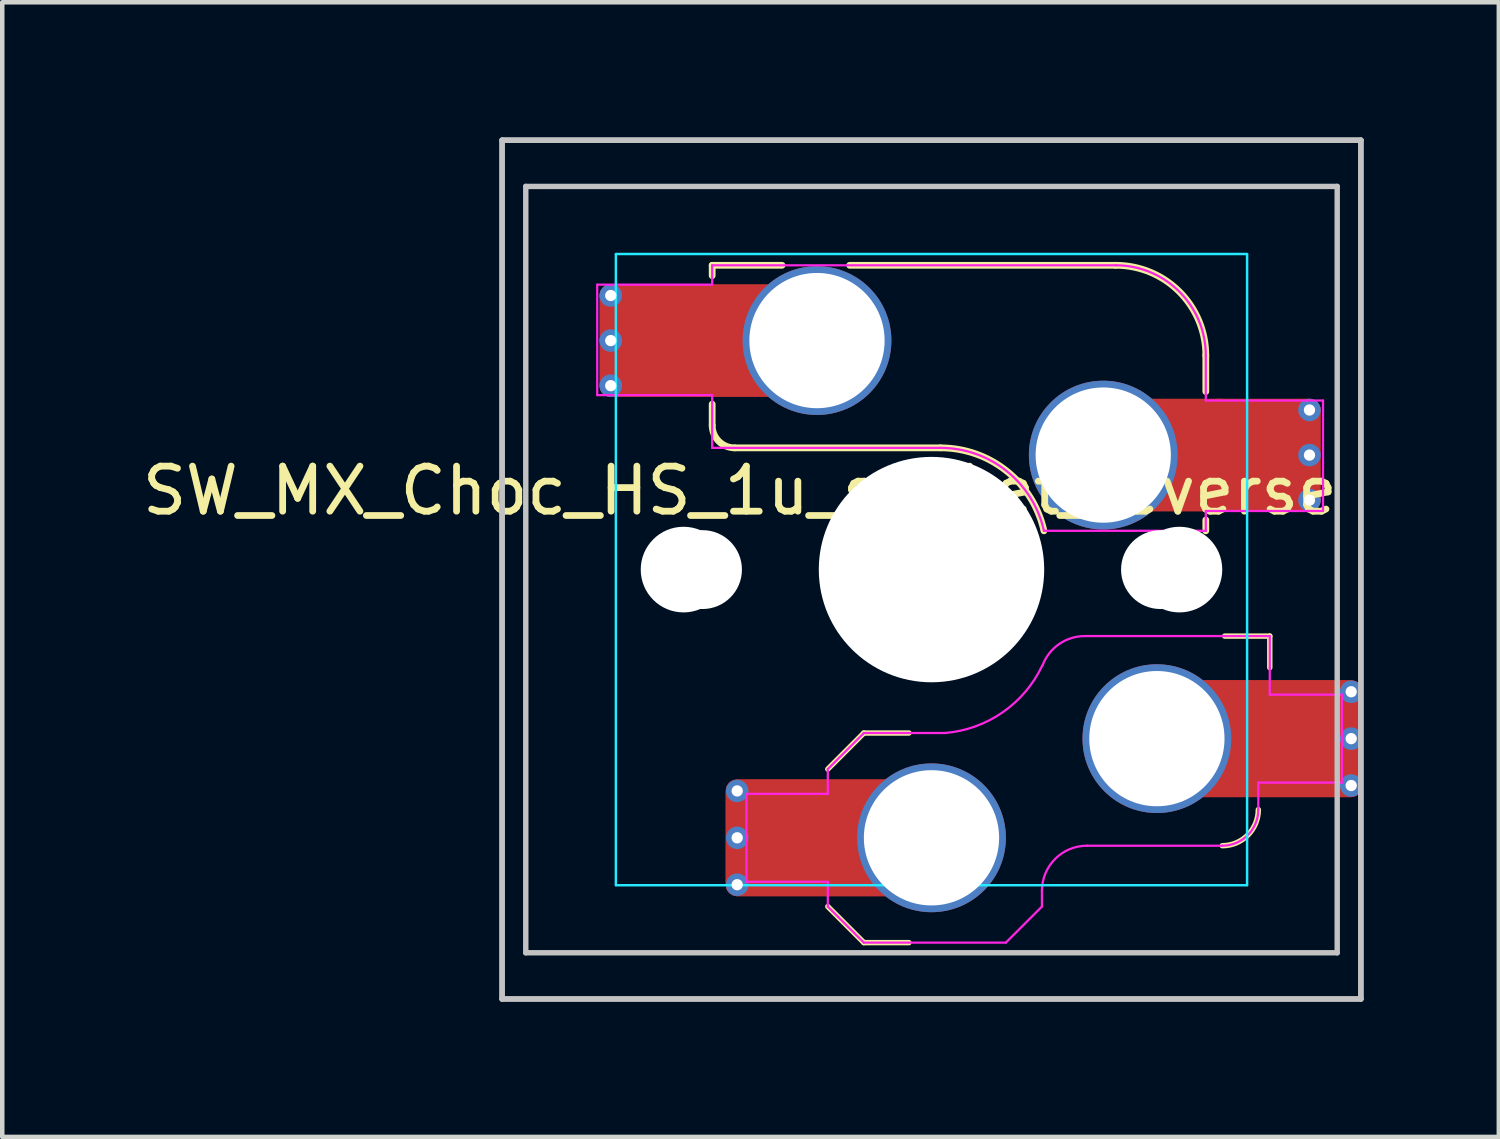
<source format=kicad_pcb>
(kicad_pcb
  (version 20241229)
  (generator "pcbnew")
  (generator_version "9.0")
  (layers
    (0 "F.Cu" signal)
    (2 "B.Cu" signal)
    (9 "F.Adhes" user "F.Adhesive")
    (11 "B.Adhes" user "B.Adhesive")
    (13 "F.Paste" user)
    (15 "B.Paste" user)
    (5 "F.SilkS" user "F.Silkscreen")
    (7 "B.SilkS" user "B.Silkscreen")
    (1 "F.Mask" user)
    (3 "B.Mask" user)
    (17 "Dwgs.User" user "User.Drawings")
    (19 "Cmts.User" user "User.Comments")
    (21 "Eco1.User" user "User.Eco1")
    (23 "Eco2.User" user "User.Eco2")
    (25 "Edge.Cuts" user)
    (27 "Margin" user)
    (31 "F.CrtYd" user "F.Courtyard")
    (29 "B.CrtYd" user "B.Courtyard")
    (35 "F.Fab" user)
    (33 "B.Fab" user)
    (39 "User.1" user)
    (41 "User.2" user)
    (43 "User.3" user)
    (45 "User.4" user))
  (footprint "SW_MX_Choc_HS_1u_socket_reverse"
    (layer "F.Cu")
    (at 17.613 9.585)
    (property "Reference" "SW_MX_Choc_HS_1u_socket_reverse" (at -4.25 -1.75 0) (layer "F.SilkS") (effects (font (size 1 1) (thickness 0.15))))
    (attr smd)
    (fp_line (start -4.865 -6.75) (end -4.865 -6.52) (stroke (width 0.15) (type solid)) (layer "F.SilkS"))
    (fp_line (start -4.865 -3.67) (end -4.865 -3.2) (stroke (width 0.15) (type solid)) (layer "F.SilkS"))
    (fp_line (start -4.365 -2.7) (end 0.2 -2.7) (stroke (width 0.15) (type solid)) (layer "F.SilkS"))
    (fp_line (start -3.315 -6.75) (end -4.865 -6.75) (stroke (width 0.15) (type solid)) (layer "F.SilkS"))
    (fp_line (start -2.3 7.475) (end -1.5 8.275) (stroke (width 0.12) (type solid)) (layer "F.SilkS"))
    (fp_line (start -1.5 3.625) (end -2.3 4.425) (stroke (width 0.12) (type solid)) (layer "F.SilkS"))
    (fp_line (start -1.5 3.625) (end -0.5 3.625) (stroke (width 0.12) (type solid)) (layer "F.SilkS"))
    (fp_line (start -1.5 8.275) (end -0.5 8.275) (stroke (width 0.12) (type solid)) (layer "F.SilkS"))
    (fp_line (start 4.085 -6.75) (end -1.815 -6.75) (stroke (width 0.15) (type solid)) (layer "F.SilkS"))
    (fp_line (start 6.085 -3.95) (end 6.085 -4.75) (stroke (width 0.15) (type solid)) (layer "F.SilkS"))
    (fp_line (start 6.085 -1.1) (end 6.085 -0.86) (stroke (width 0.15) (type solid)) (layer "F.SilkS"))
    (fp_line (start 7.504 1.475) (end 6.504 1.475) (stroke (width 0.12) (type solid)) (layer "F.SilkS"))
    (fp_line (start 7.504 1.475) (end 7.504 2.175) (stroke (width 0.12) (type solid)) (layer "F.SilkS"))
    (fp_arc (start -4.364824 -2.70022) (mid -4.718377 -2.846667) (end -4.864824 -3.20022) (stroke (width 0.15) (type solid)) (layer "F.SilkS"))
    (fp_arc (start 0.2 -2.70022) (mid 1.670693 -2.183637) (end 2.494322 -0.86022) (stroke (width 0.15) (type solid)) (layer "F.SilkS"))
    (fp_arc (start 4.085176 -6.75022) (mid 5.49939 -6.164434) (end 6.085176 -4.75022) (stroke (width 0.15) (type solid)) (layer "F.SilkS"))
    (fp_arc (start 7.25 5.325) (mid 7.015685 5.890685) (end 6.45 6.125) (stroke (width 0.12) (type solid)) (layer "F.SilkS"))
    (fp_line (start -9.525 -9.525) (end 9.525 -9.525) (stroke (width 0.12) (type solid)) (layer "Dwgs.User"))
    (fp_line (start -9.525 -9.525) (end 9.525 -9.525) (stroke (width 0.12) (type solid)) (layer "Dwgs.User"))
    (fp_line (start -9.525 9.525) (end -9.525 -9.525) (stroke (width 0.12) (type solid)) (layer "Dwgs.User"))
    (fp_line (start -9.525 9.525) (end -9.525 -9.525) (stroke (width 0.12) (type solid)) (layer "Dwgs.User"))
    (fp_line (start -9 -8.5) (end -9 8.5) (stroke (width 0.12) (type solid)) (layer "Dwgs.User"))
    (fp_line (start -9 8.5) (end 9 8.5) (stroke (width 0.12) (type solid)) (layer "Dwgs.User"))
    (fp_line (start 9 -8.5) (end -9 -8.5) (stroke (width 0.12) (type solid)) (layer "Dwgs.User"))
    (fp_line (start 9 8.5) (end 9 -8.5) (stroke (width 0.12) (type solid)) (layer "Dwgs.User"))
    (fp_line (start 9.525 -9.525) (end 9.525 9.525) (stroke (width 0.12) (type solid)) (layer "Dwgs.User"))
    (fp_line (start 9.525 -9.525) (end 9.525 9.525) (stroke (width 0.12) (type solid)) (layer "Dwgs.User"))
    (fp_line (start 9.525 9.525) (end -9.525 9.525) (stroke (width 0.12) (type solid)) (layer "Dwgs.User"))
    (fp_line (start 9.525 9.525) (end -9.525 9.525) (stroke (width 0.12) (type solid)) (layer "Dwgs.User"))
    (fp_line (start -7 -6.5) (end -7 6.5) (stroke (width 0.05) (type solid)) (layer "Eco2.User"))
    (fp_line (start -6.95 -6.45) (end -6.95 6.45) (stroke (width 0.05) (type solid)) (layer "Eco2.User"))
    (fp_line (start -6.5 7) (end 6.5 7) (stroke (width 0.05) (type solid)) (layer "Eco2.User"))
    (fp_line (start -6.45 6.95) (end 6.45 6.95) (stroke (width 0.05) (type solid)) (layer "Eco2.User"))
    (fp_line (start 6.45 -6.95) (end -6.45 -6.95) (stroke (width 0.05) (type solid)) (layer "Eco2.User"))
    (fp_line (start 6.5 -7) (end -6.5 -7) (stroke (width 0.05) (type solid)) (layer "Eco2.User"))
    (fp_line (start 6.95 6.45) (end 6.95 -6.45) (stroke (width 0.05) (type solid)) (layer "Eco2.User"))
    (fp_line (start 7 6.5) (end 7 -6.5) (stroke (width 0.05) (type solid)) (layer "Eco2.User"))
    (fp_arc (start -7 -6.5) (mid -6.853553 -6.853553) (end -6.5 -7) (stroke (width 0.05) (type solid)) (layer "Eco2.User"))
    (fp_arc (start -6.95 -6.45) (mid -6.803553 -6.803553) (end -6.45 -6.95) (stroke (width 0.05) (type solid)) (layer "Eco2.User"))
    (fp_arc (start -6.497236 6.998884) (mid -6.850789 6.852437) (end -6.997236 6.498884) (stroke (width 0.05) (type solid)) (layer "Eco2.User"))
    (fp_arc (start -6.45 6.95) (mid -6.803553 6.803553) (end -6.95 6.45) (stroke (width 0.05) (type solid)) (layer "Eco2.User"))
    (fp_arc (start 6.45 -6.95) (mid 6.803553 -6.803553) (end 6.95 -6.45) (stroke (width 0.05) (type solid)) (layer "Eco2.User"))
    (fp_arc (start 6.5 -7) (mid 6.853553 -6.853553) (end 7 -6.5) (stroke (width 0.05) (type solid)) (layer "Eco2.User"))
    (fp_arc (start 6.95 6.45) (mid 6.803553 6.803553) (end 6.45 6.95) (stroke (width 0.05) (type solid)) (layer "Eco2.User"))
    (fp_arc (start 7 6.5) (mid 6.853553 6.853553) (end 6.5 7) (stroke (width 0.05) (type solid)) (layer "Eco2.User"))
    (fp_line (start -7 -7) (end -7 7) (stroke (width 0.05) (type solid)) (layer "B.CrtYd"))
    (fp_line (start -7 -7) (end 7 -7) (stroke (width 0.05) (type solid)) (layer "B.CrtYd"))
    (fp_line (start -7 7) (end -7 -7) (stroke (width 0.05) (type solid)) (layer "B.CrtYd"))
    (fp_line (start -7 7) (end 7 7) (stroke (width 0.05) (type solid)) (layer "B.CrtYd"))
    (fp_line (start 7 -7) (end -7 -7) (stroke (width 0.05) (type solid)) (layer "B.CrtYd"))
    (fp_line (start 7 -7) (end 7 7) (stroke (width 0.05) (type solid)) (layer "B.CrtYd"))
    (fp_line (start 7 7) (end -7 7) (stroke (width 0.05) (type solid)) (layer "B.CrtYd"))
    (fp_line (start 7 7) (end 7 -7) (stroke (width 0.05) (type solid)) (layer "B.CrtYd"))
    (fp_line (start -7.415 -6.32) (end -4.865 -6.32) (stroke (width 0.05) (type solid)) (layer "F.CrtYd"))
    (fp_line (start -7.415 -3.87) (end -7.415 -6.32) (stroke (width 0.05) (type solid)) (layer "F.CrtYd"))
    (fp_line (start -4.865 -6.75) (end -4.865 -6.32) (stroke (width 0.05) (type solid)) (layer "F.CrtYd"))
    (fp_line (start -4.865 -3.87) (end -7.415 -3.87) (stroke (width 0.05) (type solid)) (layer "F.CrtYd"))
    (fp_line (start -4.865 -3.87) (end -4.865 -2.7) (stroke (width 0.05) (type solid)) (layer "F.CrtYd"))
    (fp_line (start -4.865 -2.7) (end 0.2 -2.7) (stroke (width 0.05) (type solid)) (layer "F.CrtYd"))
    (fp_line (start -4.104 4.975) (end -4.104 6.925) (stroke (width 0.05) (type solid)) (layer "F.CrtYd"))
    (fp_line (start -4.104 4.975) (end -2.3 4.975) (stroke (width 0.05) (type solid)) (layer "F.CrtYd"))
    (fp_line (start -4.104 6.925) (end -2.3 6.925) (stroke (width 0.05) (type solid)) (layer "F.CrtYd"))
    (fp_line (start -2.3 4.975) (end -2.3 4.425) (stroke (width 0.05) (type solid)) (layer "F.CrtYd"))
    (fp_line (start -2.3 7.475) (end -2.3 6.925) (stroke (width 0.05) (type solid)) (layer "F.CrtYd"))
    (fp_line (start -2.3 7.475) (end -1.5 8.275) (stroke (width 0.05) (type solid)) (layer "F.CrtYd"))
    (fp_line (start -1.5 3.625) (end -2.3 4.425) (stroke (width 0.05) (type solid)) (layer "F.CrtYd"))
    (fp_line (start -1.5 3.625) (end 0.3 3.625) (stroke (width 0.05) (type solid)) (layer "F.CrtYd"))
    (fp_line (start -1.5 8.275) (end 1.65 8.275) (stroke (width 0.05) (type solid)) (layer "F.CrtYd"))
    (fp_line (start 2.45 7.475) (end 1.65 8.275) (stroke (width 0.05) (type solid)) (layer "F.CrtYd"))
    (fp_line (start 2.45 7.475) (end 2.45 7.125) (stroke (width 0.05) (type solid)) (layer "F.CrtYd"))
    (fp_line (start 3.45 6.125) (end 6.45 6.125) (stroke (width 0.05) (type solid)) (layer "F.CrtYd"))
    (fp_line (start 4.085 -6.75) (end -4.865 -6.75) (stroke (width 0.05) (type solid)) (layer "F.CrtYd"))
    (fp_line (start 6.085 -3.75) (end 6.085 -4.75) (stroke (width 0.05) (type solid)) (layer "F.CrtYd"))
    (fp_line (start 6.085 -3.75) (end 8.685 -3.75) (stroke (width 0.05) (type solid)) (layer "F.CrtYd"))
    (fp_line (start 6.085 -1.3) (end 6.085 -0.86) (stroke (width 0.05) (type solid)) (layer "F.CrtYd"))
    (fp_line (start 6.085 -0.86) (end 2.494 -0.86) (stroke (width 0.05) (type solid)) (layer "F.CrtYd"))
    (fp_line (start 7.25 4.725) (end 9.104 4.725) (stroke (width 0.05) (type solid)) (layer "F.CrtYd"))
    (fp_line (start 7.25 5.325) (end 7.25 4.725) (stroke (width 0.05) (type solid)) (layer "F.CrtYd"))
    (fp_line (start 7.504 1.475) (end 3.4 1.475) (stroke (width 0.05) (type solid)) (layer "F.CrtYd"))
    (fp_line (start 7.504 1.475) (end 7.504 2.175) (stroke (width 0.05) (type solid)) (layer "F.CrtYd"))
    (fp_line (start 7.504 2.175) (end 7.504 2.775) (stroke (width 0.05) (type solid)) (layer "F.CrtYd"))
    (fp_line (start 8.685 -3.75) (end 8.685 -1.3) (stroke (width 0.05) (type solid)) (layer "F.CrtYd"))
    (fp_line (start 8.685 -1.3) (end 6.085 -1.3) (stroke (width 0.05) (type solid)) (layer "F.CrtYd"))
    (fp_line (start 9.104 2.775) (end 7.504 2.775) (stroke (width 0.05) (type solid)) (layer "F.CrtYd"))
    (fp_line (start 9.104 4.725) (end 9.104 2.775) (stroke (width 0.05) (type solid)) (layer "F.CrtYd"))
    (fp_arc (start 0.2 -2.70022) (mid 1.670503 -2.183399) (end 2.494322 -0.86022) (stroke (width 0.05) (type solid)) (layer "F.CrtYd"))
    (fp_arc (start 2.45 7.125) (mid 2.742893 6.417893) (end 3.45 6.125) (stroke (width 0.05) (type solid)) (layer "F.CrtYd"))
    (fp_arc (start 2.455444 2.13293) (mid 1.577271 3.167234) (end 0.299999 3.624999) (stroke (width 0.05) (type solid)) (layer "F.CrtYd"))
    (fp_arc (start 2.460307 2.13298) (mid 2.826423 1.655848) (end 3.4 1.475) (stroke (width 0.05) (type solid)) (layer "F.CrtYd"))
    (fp_arc (start 4.085176 -6.75022) (mid 5.49939 -6.164434) (end 6.085176 -4.75022) (stroke (width 0.05) (type solid)) (layer "F.CrtYd"))
    (fp_arc (start 7.25 5.325) (mid 7.015685 5.890685) (end 6.45 6.125) (stroke (width 0.05) (type solid)) (layer "F.CrtYd"))
    (pad "" np_thru_hole circle (at -5.5 0 180) (size 1.9 1.9) (drill 1.9) (layers "*.Cu" "*.Mask"))
    (pad "" np_thru_hole circle (at -5.08 0) (size 1.75 1.75) (drill 1.75) (layers "*.Cu" "*.Mask"))
    (pad "" np_thru_hole circle (at 0 0 180) (size 5 5) (drill 5) (layers "*.Cu" "*.Mask"))
    (pad "" np_thru_hole circle (at 5.08 0) (size 1.75 1.75) (drill 1.75) (layers "*.Cu" "*.Mask"))
    (pad "" np_thru_hole circle (at 5.5 0 180) (size 1.9 1.9) (drill 1.9) (layers "*.Cu" "*.Mask"))
    (pad "1" thru_hole circle (at 3.81 -2.54) (size 3.3 3.3) (drill 3) (layers "*.Cu" "*.Mask"))
    (pad "1" thru_hole circle (at 5 3.75) (size 3.3 3.3) (drill 3) (layers "*.Cu" "*.Mask"))
    (pad "1" smd rect (at 5.635 -2.54 180) (size 1.65 2.5) (layers "F.Cu"))
    (pad "1" smd rect (at 6.55 3.75) (size 1.2 2.6) (layers "F.Cu"))
    (pad "1" smd roundrect (at 7.36 -2.54) (size 2.55 2.5) (layers "F.Cu" "F.Mask" "F.Paste") (roundrect_rratio 0.1))
    (pad "1" smd roundrect (at 8.245 3.75) (size 2.65 2.6) (layers "F.Cu" "F.Mask" "F.Paste") (roundrect_rratio 0.1))
    (pad "1" thru_hole circle (at 8.385 -3.54) (size 0.5 0.5) (drill 0.25) (layers "*.Cu"))
    (pad "1" thru_hole circle (at 8.385 -2.54) (size 0.5 0.5) (drill 0.25) (layers "*.Cu"))
    (pad "1" thru_hole circle (at 8.385 -1.54) (size 0.5 0.5) (drill 0.25) (layers "*.Cu"))
    (pad "1" thru_hole circle (at 9.31 2.71) (size 0.5 0.5) (drill 0.25) (layers "*.Cu"))
    (pad "1" thru_hole circle (at 9.31 3.75) (size 0.5 0.5) (drill 0.25) (layers "*.Cu"))
    (pad "1" thru_hole circle (at 9.31 4.79) (size 0.5 0.5) (drill 0.25) (layers "*.Cu"))
    (pad "2" thru_hole circle (at -7.115 -6.08) (size 0.5 0.5) (drill 0.25) (layers "*.Cu"))
    (pad "2" thru_hole circle (at -7.115 -5.08) (size 0.5 0.5) (drill 0.25) (layers "*.Cu"))
    (pad "2" thru_hole circle (at -7.115 -4.08) (size 0.5 0.5) (drill 0.25) (layers "*.Cu"))
    (pad "2" smd roundrect (at -6.09 -5.08) (size 2.55 2.5) (layers "F.Cu" "F.Mask" "F.Paste") (roundrect_rratio 0.1))
    (pad "2" smd rect (at -4.34 -5.08) (size 1.65 2.5) (layers "F.Cu"))
    (pad "2" thru_hole circle (at -4.31 4.91) (size 0.5 0.5) (drill 0.25) (layers "*.Cu"))
    (pad "2" thru_hole circle (at -4.31 5.95) (size 0.5 0.5) (drill 0.25) (layers "*.Cu"))
    (pad "2" thru_hole circle (at -4.31 6.99) (size 0.5 0.5) (drill 0.25) (layers "*.Cu"))
    (pad "2" smd roundrect (at -3.245 5.95) (size 2.65 2.6) (layers "F.Cu" "F.Mask" "F.Paste") (roundrect_rratio 0.1))
    (pad "2" thru_hole circle (at -2.54 -5.08) (size 3.3 3.3) (drill 3) (layers "*.Cu" "*.Mask"))
    (pad "2" smd rect (at -1.55 5.95 180) (size 1.2 2.6) (layers "F.Cu"))
    (pad "2" thru_hole circle (at 0 5.95) (size 3.3 3.3) (drill 3) (layers "*.Cu" "*.Mask")))
  (gr_rect
    (start -3 -3)
    (end 30.198 22.17)
    (stroke (width 0.1) (type default))
    (fill no)
    (layer "Edge.Cuts")))
</source>
